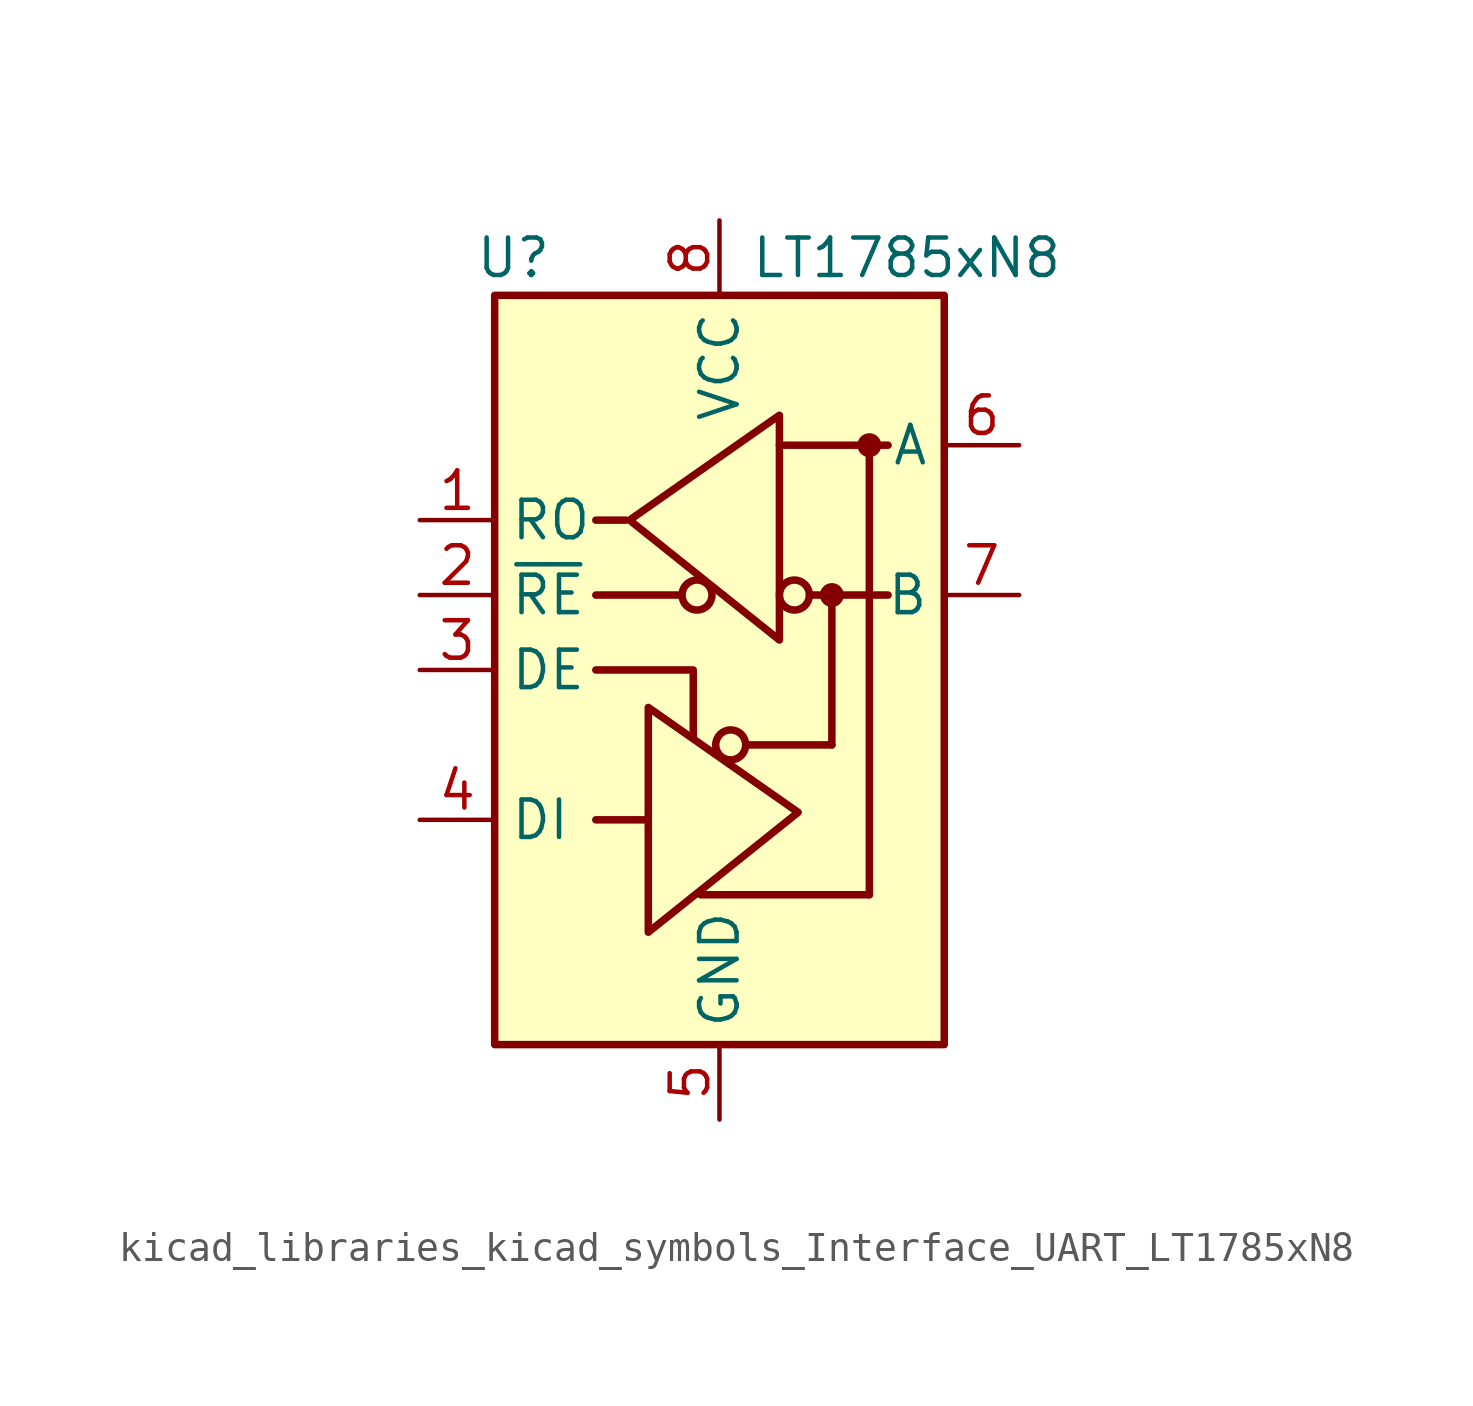
<source format=kicad_sym>
(kicad_symbol_lib
  (version 20220914)
  (generator kicad_symbol_editor)
  (symbol "kicad_libraries_kicad_symbols_Interface_UART_LT1785xN8"
    (property "Reference" "U"
      (at -6.985 13.97 0)
      (effects (font (size 1.27 1.27))))
    (property "Value" "LT1785xN8"
      (at 6.35 13.97 0)
      (effects (font (size 1.27 1.27))))
    (symbol "kicad_libraries_kicad_symbols_Interface_UART_LT1785xN8_0_1"
      (rectangle (start -7.62 12.7) (end 7.62 -12.7) (stroke (width 0.254) (type default)) (fill (type background))))
    (symbol "kicad_libraries_kicad_symbols_Interface_UART_LT1785xN8_1_1"
      (circle (center -0.762 2.54) (radius 0.508) (stroke (width 0.254) (type default)) (fill (type none)))
      (polyline (pts (xy -4.191 2.54) (xy -1.27 2.54)) (stroke (width 0.254) (type default)) (fill (type none)))
      (polyline (pts (xy -2.54 -5.08) (xy -4.191 -5.08)) (stroke (width 0.254) (type default)) (fill (type none)))
      (polyline (pts (xy -0.635 -7.62) (xy 5.08 -7.62)) (stroke (width 0.254) (type default)) (fill (type none)))
      (polyline (pts (xy 0.889 -2.54) (xy 3.81 -2.54)) (stroke (width 0.254) (type default)) (fill (type none)))
      (polyline (pts (xy 2.032 7.62) (xy 5.715 7.62)) (stroke (width 0.254) (type default)) (fill (type none)))
      (polyline (pts (xy 3.048 2.54) (xy 5.715 2.54)) (stroke (width 0.254) (type default)) (fill (type none)))
      (polyline (pts (xy 3.81 -2.54) (xy 3.81 2.54)) (stroke (width 0.254) (type default)) (fill (type none)))
      (polyline (pts (xy 5.08 -7.62) (xy 5.08 7.62)) (stroke (width 0.254) (type default)) (fill (type none)))
      (polyline (pts (xy -4.191 0) (xy -0.889 0) (xy -0.889 -2.286)) (stroke (width 0.254) (type default)) (fill (type none)))
      (polyline (pts (xy -3.175 5.08) (xy -4.191 5.08) (xy -4.064 5.08)) (stroke (width 0.254) (type default)) (fill (type none)))
      (polyline (pts (xy -2.413 -5.08) (xy -2.413 -1.27) (xy 2.667 -4.826) (xy -2.413 -8.89) (xy -2.413 -5.08)) (stroke (width 0.254) (type default)) (fill (type none)))
      (polyline (pts (xy 2.032 4.826) (xy 2.032 8.636) (xy -3.048 5.08) (xy 2.032 1.016) (xy 2.032 4.826)) (stroke (width 0.254) (type default)) (fill (type none)))
      (circle (center 0.381 -2.54) (radius 0.508) (stroke (width 0.254) (type default)) (fill (type none)))
      (circle (center 2.54 2.54) (radius 0.508) (stroke (width 0.254) (type default)) (fill (type none)))
      (circle (center 3.81 2.54) (radius 0.279) (stroke (width 0.254) (type default)) (fill (type outline)))
      (circle (center 5.08 7.62) (radius 0.279) (stroke (width 0.254) (type default)) (fill (type outline)))
      (pin output line (at -10.16 5.08 0) (length 2.54) (name "RO" (effects (font (size 1.27 1.27)))) (number "1" (effects (font (size 1.27 1.27)))))
      (pin input line (at -10.16 2.54 0) (length 2.54) (name "~{RE}" (effects (font (size 1.27 1.27)))) (number "2" (effects (font (size 1.27 1.27)))))
      (pin input line (at -10.16 0 0) (length 2.54) (name "DE" (effects (font (size 1.27 1.27)))) (number "3" (effects (font (size 1.27 1.27)))))
      (pin input line (at -10.16 -5.08 0) (length 2.54) (name "DI" (effects (font (size 1.27 1.27)))) (number "4" (effects (font (size 1.27 1.27)))))
      (pin power_in line (at 0 -15.24 90) (length 2.54) (name "GND" (effects (font (size 1.27 1.27)))) (number "5" (effects (font (size 1.27 1.27)))))
      (pin bidirectional line (at 10.16 7.62 180) (length 2.54) (name "A" (effects (font (size 1.27 1.27)))) (number "6" (effects (font (size 1.27 1.27)))))
      (pin bidirectional line (at 10.16 2.54 180) (length 2.54) (name "B" (effects (font (size 1.27 1.27)))) (number "7" (effects (font (size 1.27 1.27)))))
      (pin power_in line (at 0 15.24 270) (length 2.54) (name "VCC" (effects (font (size 1.27 1.27)))) (number "8" (effects (font (size 1.27 1.27))))))))
</source>
